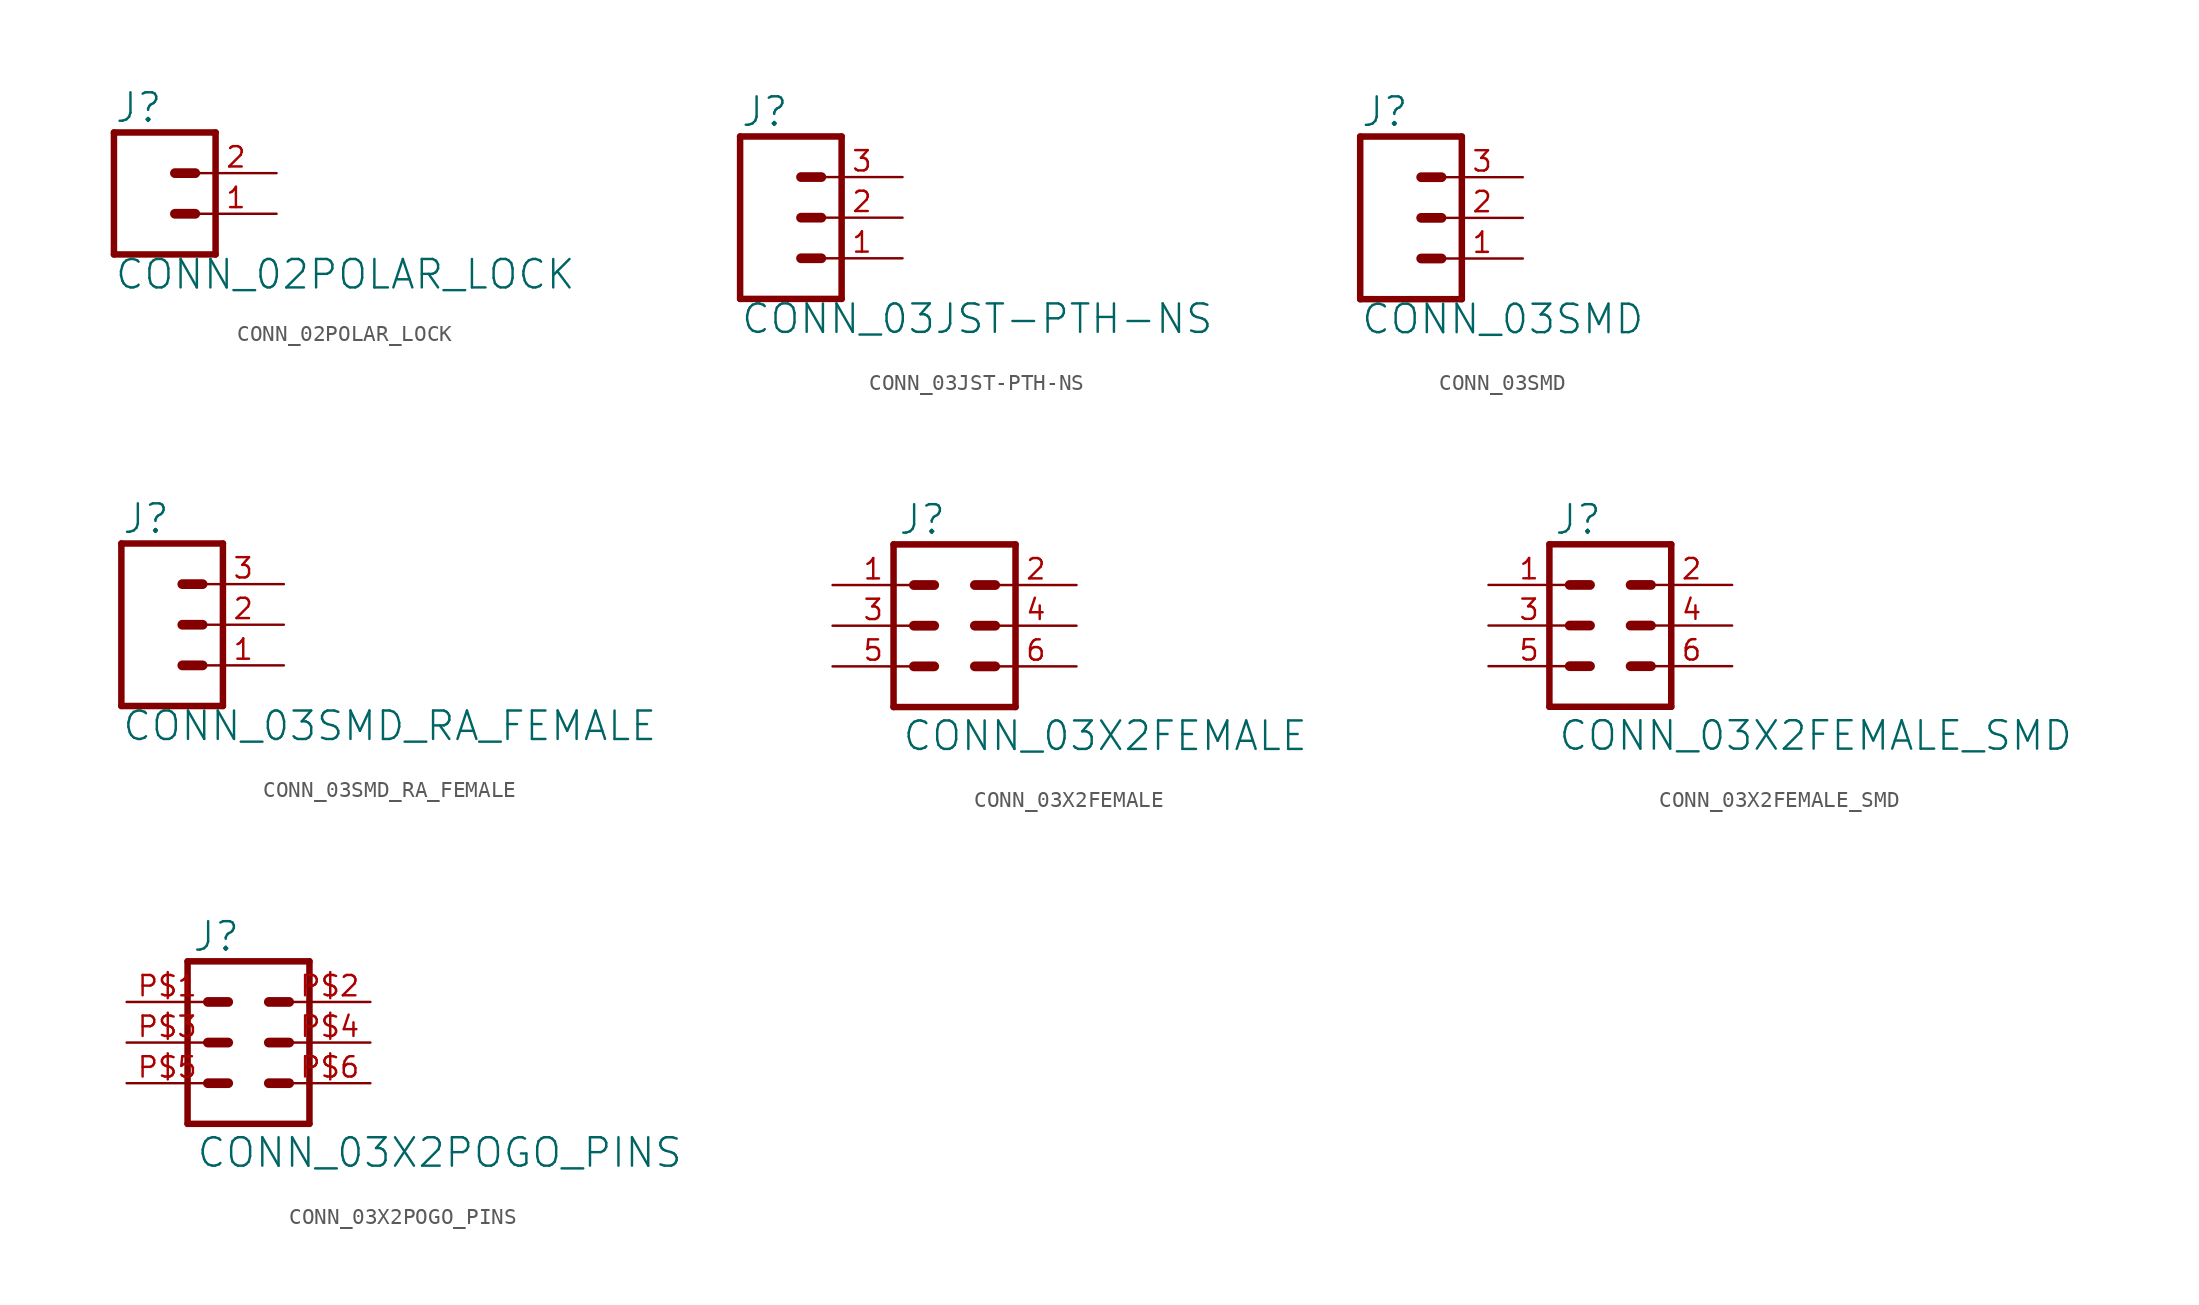
<source format=kicad_sym>
(kicad_symbol_lib
  (version 20220331)
  (generator kicad_symbol_editor)
  (symbol "CONN_02POLAR_LOCK"
    (property "Reference" "J"
      (at -2.54 5.588 0)
      (effects (font (size 1.778 1.778)) (justify left bottom)))
    (property "Value" "CONN_02POLAR_LOCK"
      (at -2.54 -4.826 0)
      (effects (font (size 1.778 1.778)) (justify left bottom)))
    (property "ki_locked" ""
      (at 0 0 0)
      (effects (font (size 1.27 1.27))))
    (symbol "CONN_02POLAR_LOCK_1_0"
      (polyline (pts (xy -2.54 5.08) (xy -2.54 -2.54)) (stroke (width 0.406) (type solid)) (fill (type none)))
      (polyline (pts (xy -2.54 5.08) (xy 3.81 5.08)) (stroke (width 0.406) (type solid)) (fill (type none)))
      (polyline (pts (xy 1.27 0) (xy 2.54 0)) (stroke (width 0.61) (type solid)) (fill (type none)))
      (polyline (pts (xy 1.27 2.54) (xy 2.54 2.54)) (stroke (width 0.61) (type solid)) (fill (type none)))
      (polyline (pts (xy 3.81 -2.54) (xy -2.54 -2.54)) (stroke (width 0.406) (type solid)) (fill (type none)))
      (polyline (pts (xy 3.81 -2.54) (xy 3.81 5.08)) (stroke (width 0.406) (type solid)) (fill (type none)))
      (pin passive line (at 7.62 0 180) (length 5.08) (name "1" (effects (font (size 0 0)))) (number "1" (effects (font (size 1.27 1.27)))))
      (pin passive line (at 7.62 2.54 180) (length 5.08) (name "2" (effects (font (size 0 0)))) (number "2" (effects (font (size 1.27 1.27)))))))
  (symbol "CONN_03JST-PTH-NS"
    (property "Reference" "J"
      (at -2.54 5.588 0)
      (effects (font (size 1.778 1.778)) (justify left bottom)))
    (property "Value" "CONN_03JST-PTH-NS"
      (at -2.54 -7.366 0)
      (effects (font (size 1.778 1.778)) (justify left bottom)))
    (property "ki_locked" ""
      (at 0 0 0)
      (effects (font (size 1.27 1.27))))
    (symbol "CONN_03JST-PTH-NS_1_0"
      (polyline (pts (xy -2.54 5.08) (xy -2.54 -5.08)) (stroke (width 0.406) (type solid)) (fill (type none)))
      (polyline (pts (xy -2.54 5.08) (xy 3.81 5.08)) (stroke (width 0.406) (type solid)) (fill (type none)))
      (polyline (pts (xy 1.27 -2.54) (xy 2.54 -2.54)) (stroke (width 0.61) (type solid)) (fill (type none)))
      (polyline (pts (xy 1.27 0) (xy 2.54 0)) (stroke (width 0.61) (type solid)) (fill (type none)))
      (polyline (pts (xy 1.27 2.54) (xy 2.54 2.54)) (stroke (width 0.61) (type solid)) (fill (type none)))
      (polyline (pts (xy 3.81 -5.08) (xy -2.54 -5.08)) (stroke (width 0.406) (type solid)) (fill (type none)))
      (polyline (pts (xy 3.81 -5.08) (xy 3.81 5.08)) (stroke (width 0.406) (type solid)) (fill (type none)))
      (pin passive line (at 7.62 -2.54 180) (length 5.08) (name "1" (effects (font (size 0 0)))) (number "1" (effects (font (size 1.27 1.27)))))
      (pin passive line (at 7.62 0 180) (length 5.08) (name "2" (effects (font (size 0 0)))) (number "2" (effects (font (size 1.27 1.27)))))
      (pin passive line (at 7.62 2.54 180) (length 5.08) (name "3" (effects (font (size 0 0)))) (number "3" (effects (font (size 1.27 1.27)))))))
  (symbol "CONN_03SMD"
    (property "Reference" "J"
      (at -2.54 5.588 0)
      (effects (font (size 1.778 1.778)) (justify left bottom)))
    (property "Value" "CONN_03SMD"
      (at -2.54 -7.366 0)
      (effects (font (size 1.778 1.778)) (justify left bottom)))
    (property "ki_locked" ""
      (at 0 0 0)
      (effects (font (size 1.27 1.27))))
    (symbol "CONN_03SMD_1_0"
      (polyline (pts (xy -2.54 5.08) (xy -2.54 -5.08)) (stroke (width 0.406) (type solid)) (fill (type none)))
      (polyline (pts (xy -2.54 5.08) (xy 3.81 5.08)) (stroke (width 0.406) (type solid)) (fill (type none)))
      (polyline (pts (xy 1.27 -2.54) (xy 2.54 -2.54)) (stroke (width 0.61) (type solid)) (fill (type none)))
      (polyline (pts (xy 1.27 0) (xy 2.54 0)) (stroke (width 0.61) (type solid)) (fill (type none)))
      (polyline (pts (xy 1.27 2.54) (xy 2.54 2.54)) (stroke (width 0.61) (type solid)) (fill (type none)))
      (polyline (pts (xy 3.81 -5.08) (xy -2.54 -5.08)) (stroke (width 0.406) (type solid)) (fill (type none)))
      (polyline (pts (xy 3.81 -5.08) (xy 3.81 5.08)) (stroke (width 0.406) (type solid)) (fill (type none)))
      (pin passive line (at 7.62 -2.54 180) (length 5.08) (name "1" (effects (font (size 0 0)))) (number "1" (effects (font (size 1.27 1.27)))))
      (pin passive line (at 7.62 0 180) (length 5.08) (name "2" (effects (font (size 0 0)))) (number "2" (effects (font (size 1.27 1.27)))))
      (pin passive line (at 7.62 2.54 180) (length 5.08) (name "3" (effects (font (size 0 0)))) (number "3" (effects (font (size 1.27 1.27)))))))
  (symbol "CONN_03SMD_RA_FEMALE"
    (property "Reference" "J"
      (at -2.54 5.588 0)
      (effects (font (size 1.778 1.778)) (justify left bottom)))
    (property "Value" "CONN_03SMD_RA_FEMALE"
      (at -2.54 -7.366 0)
      (effects (font (size 1.778 1.778)) (justify left bottom)))
    (property "ki_locked" ""
      (at 0 0 0)
      (effects (font (size 1.27 1.27))))
    (symbol "CONN_03SMD_RA_FEMALE_1_0"
      (polyline (pts (xy -2.54 5.08) (xy -2.54 -5.08)) (stroke (width 0.406) (type solid)) (fill (type none)))
      (polyline (pts (xy -2.54 5.08) (xy 3.81 5.08)) (stroke (width 0.406) (type solid)) (fill (type none)))
      (polyline (pts (xy 1.27 -2.54) (xy 2.54 -2.54)) (stroke (width 0.61) (type solid)) (fill (type none)))
      (polyline (pts (xy 1.27 0) (xy 2.54 0)) (stroke (width 0.61) (type solid)) (fill (type none)))
      (polyline (pts (xy 1.27 2.54) (xy 2.54 2.54)) (stroke (width 0.61) (type solid)) (fill (type none)))
      (polyline (pts (xy 3.81 -5.08) (xy -2.54 -5.08)) (stroke (width 0.406) (type solid)) (fill (type none)))
      (polyline (pts (xy 3.81 -5.08) (xy 3.81 5.08)) (stroke (width 0.406) (type solid)) (fill (type none)))
      (pin passive line (at 7.62 -2.54 180) (length 5.08) (name "1" (effects (font (size 0 0)))) (number "1" (effects (font (size 1.27 1.27)))))
      (pin passive line (at 7.62 0 180) (length 5.08) (name "2" (effects (font (size 0 0)))) (number "2" (effects (font (size 1.27 1.27)))))
      (pin passive line (at 7.62 2.54 180) (length 5.08) (name "3" (effects (font (size 0 0)))) (number "3" (effects (font (size 1.27 1.27)))))))
  (symbol "CONN_03X2FEMALE"
    (property "Reference" "J"
      (at -3.556 5.588 0)
      (effects (font (size 1.778 1.778)) (justify left bottom)))
    (property "Value" "CONN_03X2FEMALE"
      (at -3.302 -5.842 0)
      (effects (font (size 1.778 1.778)) (justify left top)))
    (property "ki_locked" ""
      (at 0 0 0)
      (effects (font (size 1.27 1.27))))
    (symbol "CONN_03X2FEMALE_1_0"
      (polyline (pts (xy -3.81 5.08) (xy -3.81 -5.08)) (stroke (width 0.406) (type solid)) (fill (type none)))
      (polyline (pts (xy -3.81 5.08) (xy 3.81 5.08)) (stroke (width 0.406) (type solid)) (fill (type none)))
      (polyline (pts (xy -1.27 -2.54) (xy -2.54 -2.54)) (stroke (width 0.61) (type solid)) (fill (type none)))
      (polyline (pts (xy -1.27 0) (xy -2.54 0)) (stroke (width 0.61) (type solid)) (fill (type none)))
      (polyline (pts (xy -1.27 2.54) (xy -2.54 2.54)) (stroke (width 0.61) (type solid)) (fill (type none)))
      (polyline (pts (xy 1.27 -2.54) (xy 2.54 -2.54)) (stroke (width 0.61) (type solid)) (fill (type none)))
      (polyline (pts (xy 1.27 0) (xy 2.54 0)) (stroke (width 0.61) (type solid)) (fill (type none)))
      (polyline (pts (xy 1.27 2.54) (xy 2.54 2.54)) (stroke (width 0.61) (type solid)) (fill (type none)))
      (polyline (pts (xy 3.81 -5.08) (xy -3.81 -5.08)) (stroke (width 0.406) (type solid)) (fill (type none)))
      (polyline (pts (xy 3.81 -5.08) (xy 3.81 5.08)) (stroke (width 0.406) (type solid)) (fill (type none)))
      (pin bidirectional line (at -7.62 2.54 0) (length 5.08) (name "1" (effects (font (size 0 0)))) (number "1" (effects (font (size 1.27 1.27)))))
      (pin bidirectional line (at 7.62 2.54 180) (length 5.08) (name "2" (effects (font (size 0 0)))) (number "2" (effects (font (size 1.27 1.27)))))
      (pin bidirectional line (at -7.62 0 0) (length 5.08) (name "3" (effects (font (size 0 0)))) (number "3" (effects (font (size 1.27 1.27)))))
      (pin bidirectional line (at 7.62 0 180) (length 5.08) (name "4" (effects (font (size 0 0)))) (number "4" (effects (font (size 1.27 1.27)))))
      (pin bidirectional line (at -7.62 -2.54 0) (length 5.08) (name "5" (effects (font (size 0 0)))) (number "5" (effects (font (size 1.27 1.27)))))
      (pin bidirectional line (at 7.62 -2.54 180) (length 5.08) (name "6" (effects (font (size 0 0)))) (number "6" (effects (font (size 1.27 1.27)))))))
  (symbol "CONN_03X2FEMALE_SMD"
    (property "Reference" "J"
      (at -3.556 5.588 0)
      (effects (font (size 1.778 1.778)) (justify left bottom)))
    (property "Value" "CONN_03X2FEMALE_SMD"
      (at -3.302 -5.842 0)
      (effects (font (size 1.778 1.778)) (justify left top)))
    (property "ki_locked" ""
      (at 0 0 0)
      (effects (font (size 1.27 1.27))))
    (symbol "CONN_03X2FEMALE_SMD_1_0"
      (polyline (pts (xy -3.81 5.08) (xy -3.81 -5.08)) (stroke (width 0.406) (type solid)) (fill (type none)))
      (polyline (pts (xy -3.81 5.08) (xy 3.81 5.08)) (stroke (width 0.406) (type solid)) (fill (type none)))
      (polyline (pts (xy -1.27 -2.54) (xy -2.54 -2.54)) (stroke (width 0.61) (type solid)) (fill (type none)))
      (polyline (pts (xy -1.27 0) (xy -2.54 0)) (stroke (width 0.61) (type solid)) (fill (type none)))
      (polyline (pts (xy -1.27 2.54) (xy -2.54 2.54)) (stroke (width 0.61) (type solid)) (fill (type none)))
      (polyline (pts (xy 1.27 -2.54) (xy 2.54 -2.54)) (stroke (width 0.61) (type solid)) (fill (type none)))
      (polyline (pts (xy 1.27 0) (xy 2.54 0)) (stroke (width 0.61) (type solid)) (fill (type none)))
      (polyline (pts (xy 1.27 2.54) (xy 2.54 2.54)) (stroke (width 0.61) (type solid)) (fill (type none)))
      (polyline (pts (xy 3.81 -5.08) (xy -3.81 -5.08)) (stroke (width 0.406) (type solid)) (fill (type none)))
      (polyline (pts (xy 3.81 -5.08) (xy 3.81 5.08)) (stroke (width 0.406) (type solid)) (fill (type none)))
      (pin bidirectional line (at -7.62 2.54 0) (length 5.08) (name "1" (effects (font (size 0 0)))) (number "1" (effects (font (size 1.27 1.27)))))
      (pin bidirectional line (at 7.62 2.54 180) (length 5.08) (name "2" (effects (font (size 0 0)))) (number "2" (effects (font (size 1.27 1.27)))))
      (pin bidirectional line (at -7.62 0 0) (length 5.08) (name "3" (effects (font (size 0 0)))) (number "3" (effects (font (size 1.27 1.27)))))
      (pin bidirectional line (at 7.62 0 180) (length 5.08) (name "4" (effects (font (size 0 0)))) (number "4" (effects (font (size 1.27 1.27)))))
      (pin bidirectional line (at -7.62 -2.54 0) (length 5.08) (name "5" (effects (font (size 0 0)))) (number "5" (effects (font (size 1.27 1.27)))))
      (pin bidirectional line (at 7.62 -2.54 180) (length 5.08) (name "6" (effects (font (size 0 0)))) (number "6" (effects (font (size 1.27 1.27)))))))
  (symbol "CONN_03X2POGO_PINS"
    (property "Reference" "J"
      (at -3.556 5.588 0)
      (effects (font (size 1.778 1.778)) (justify left bottom)))
    (property "Value" "CONN_03X2POGO_PINS"
      (at -3.302 -5.842 0)
      (effects (font (size 1.778 1.778)) (justify left top)))
    (property "ki_locked" ""
      (at 0 0 0)
      (effects (font (size 1.27 1.27))))
    (symbol "CONN_03X2POGO_PINS_1_0"
      (polyline (pts (xy -3.81 5.08) (xy -3.81 -5.08)) (stroke (width 0.406) (type solid)) (fill (type none)))
      (polyline (pts (xy -3.81 5.08) (xy 3.81 5.08)) (stroke (width 0.406) (type solid)) (fill (type none)))
      (polyline (pts (xy -1.27 -2.54) (xy -2.54 -2.54)) (stroke (width 0.61) (type solid)) (fill (type none)))
      (polyline (pts (xy -1.27 0) (xy -2.54 0)) (stroke (width 0.61) (type solid)) (fill (type none)))
      (polyline (pts (xy -1.27 2.54) (xy -2.54 2.54)) (stroke (width 0.61) (type solid)) (fill (type none)))
      (polyline (pts (xy 1.27 -2.54) (xy 2.54 -2.54)) (stroke (width 0.61) (type solid)) (fill (type none)))
      (polyline (pts (xy 1.27 0) (xy 2.54 0)) (stroke (width 0.61) (type solid)) (fill (type none)))
      (polyline (pts (xy 1.27 2.54) (xy 2.54 2.54)) (stroke (width 0.61) (type solid)) (fill (type none)))
      (polyline (pts (xy 3.81 -5.08) (xy -3.81 -5.08)) (stroke (width 0.406) (type solid)) (fill (type none)))
      (polyline (pts (xy 3.81 -5.08) (xy 3.81 5.08)) (stroke (width 0.406) (type solid)) (fill (type none)))
      (pin bidirectional line (at -7.62 2.54 0) (length 5.08) (name "1" (effects (font (size 0 0)))) (number "P$1" (effects (font (size 1.27 1.27)))))
      (pin bidirectional line (at 7.62 2.54 180) (length 5.08) (name "2" (effects (font (size 0 0)))) (number "P$2" (effects (font (size 1.27 1.27)))))
      (pin bidirectional line (at -7.62 0 0) (length 5.08) (name "3" (effects (font (size 0 0)))) (number "P$3" (effects (font (size 1.27 1.27)))))
      (pin bidirectional line (at 7.62 0 180) (length 5.08) (name "4" (effects (font (size 0 0)))) (number "P$4" (effects (font (size 1.27 1.27)))))
      (pin bidirectional line (at -7.62 -2.54 0) (length 5.08) (name "5" (effects (font (size 0 0)))) (number "P$5" (effects (font (size 1.27 1.27)))))
      (pin bidirectional line (at 7.62 -2.54 180) (length 5.08) (name "6" (effects (font (size 0 0)))) (number "P$6" (effects (font (size 1.27 1.27))))))))
</source>
